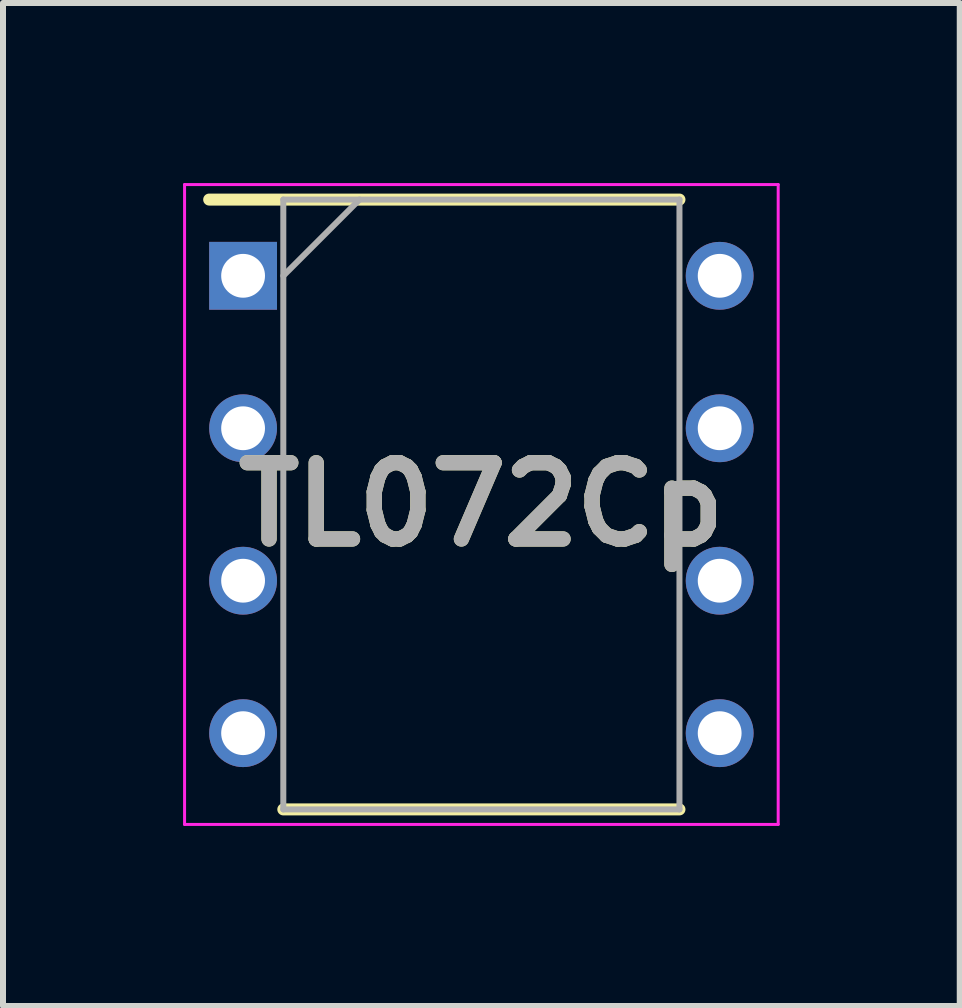
<source format=kicad_pcb>
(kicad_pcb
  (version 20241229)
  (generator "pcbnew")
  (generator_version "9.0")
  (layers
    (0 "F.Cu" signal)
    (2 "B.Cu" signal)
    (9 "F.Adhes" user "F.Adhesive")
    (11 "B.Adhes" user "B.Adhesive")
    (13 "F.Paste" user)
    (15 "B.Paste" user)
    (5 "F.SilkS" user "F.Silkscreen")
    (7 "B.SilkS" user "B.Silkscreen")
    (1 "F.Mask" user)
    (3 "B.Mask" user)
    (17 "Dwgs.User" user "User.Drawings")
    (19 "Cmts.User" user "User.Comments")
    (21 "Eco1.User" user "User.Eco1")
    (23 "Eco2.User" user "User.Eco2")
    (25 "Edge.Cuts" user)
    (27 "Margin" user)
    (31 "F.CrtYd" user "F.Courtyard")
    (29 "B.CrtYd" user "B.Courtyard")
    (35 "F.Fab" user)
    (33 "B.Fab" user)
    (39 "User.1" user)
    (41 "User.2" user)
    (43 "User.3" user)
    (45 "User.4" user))
  (footprint "TL072Cp"
    (layer "F.Cu")
    (at 4.97 5.355)
    (property "Reference" "TL072Cp" (at 0 0 0) (layer "F.SilkS") (effects (font (size 1.27 1.27) (thickness 0.254))))
    (attr through_hole)
    (fp_line (start -4.535 -5.08) (end 3.3 -5.08) (stroke (width 0.2) (type solid)) (layer "F.SilkS"))
    (fp_line (start -3.3 5.08) (end 3.3 5.08) (stroke (width 0.2) (type solid)) (layer "F.SilkS"))
    (fp_line (start -4.945 -5.33) (end 4.945 -5.33) (stroke (width 0.05) (type solid)) (layer "F.CrtYd"))
    (fp_line (start -4.945 5.33) (end -4.945 -5.33) (stroke (width 0.05) (type solid)) (layer "F.CrtYd"))
    (fp_line (start 4.945 -5.33) (end 4.945 5.33) (stroke (width 0.05) (type solid)) (layer "F.CrtYd"))
    (fp_line (start 4.945 5.33) (end -4.945 5.33) (stroke (width 0.05) (type solid)) (layer "F.CrtYd"))
    (fp_line (start -3.3 -5.08) (end 3.3 -5.08) (stroke (width 0.1) (type solid)) (layer "F.Fab"))
    (fp_line (start -3.3 -3.81) (end -2.03 -5.08) (stroke (width 0.1) (type solid)) (layer "F.Fab"))
    (fp_line (start -3.3 5.08) (end -3.3 -5.08) (stroke (width 0.1) (type solid)) (layer "F.Fab"))
    (fp_line (start 3.3 -5.08) (end 3.3 5.08) (stroke (width 0.1) (type solid)) (layer "F.Fab"))
    (fp_line (start 3.3 5.08) (end -3.3 5.08) (stroke (width 0.1) (type solid)) (layer "F.Fab"))
    (fp_text user "${REFERENCE}" (at 0 0 0) (layer "F.Fab") (effects (font (size 1.27 1.27) (thickness 0.254))))
    (pad "1" thru_hole rect (at -3.97 -3.81) (size 1.13 1.13) (drill 0.73) (layers "*.Cu" "*.Mask"))
    (pad "2" thru_hole circle (at -3.97 -1.27) (size 1.13 1.13) (drill 0.73) (layers "*.Cu" "*.Mask"))
    (pad "3" thru_hole circle (at -3.97 1.27) (size 1.13 1.13) (drill 0.73) (layers "*.Cu" "*.Mask"))
    (pad "4" thru_hole circle (at -3.97 3.81) (size 1.13 1.13) (drill 0.73) (layers "*.Cu" "*.Mask"))
    (pad "5" thru_hole circle (at 3.97 3.81) (size 1.13 1.13) (drill 0.73) (layers "*.Cu" "*.Mask"))
    (pad "6" thru_hole circle (at 3.97 1.27) (size 1.13 1.13) (drill 0.73) (layers "*.Cu" "*.Mask"))
    (pad "7" thru_hole circle (at 3.97 -1.27) (size 1.13 1.13) (drill 0.73) (layers "*.Cu" "*.Mask"))
    (pad "8" thru_hole circle (at 3.97 -3.81) (size 1.13 1.13) (drill 0.73) (layers "*.Cu" "*.Mask")))
  (gr_rect
    (start -3 -3)
    (end 12.94 13.71)
    (stroke (width 0.1) (type default))
    (fill no)
    (layer "Edge.Cuts")))
</source>
